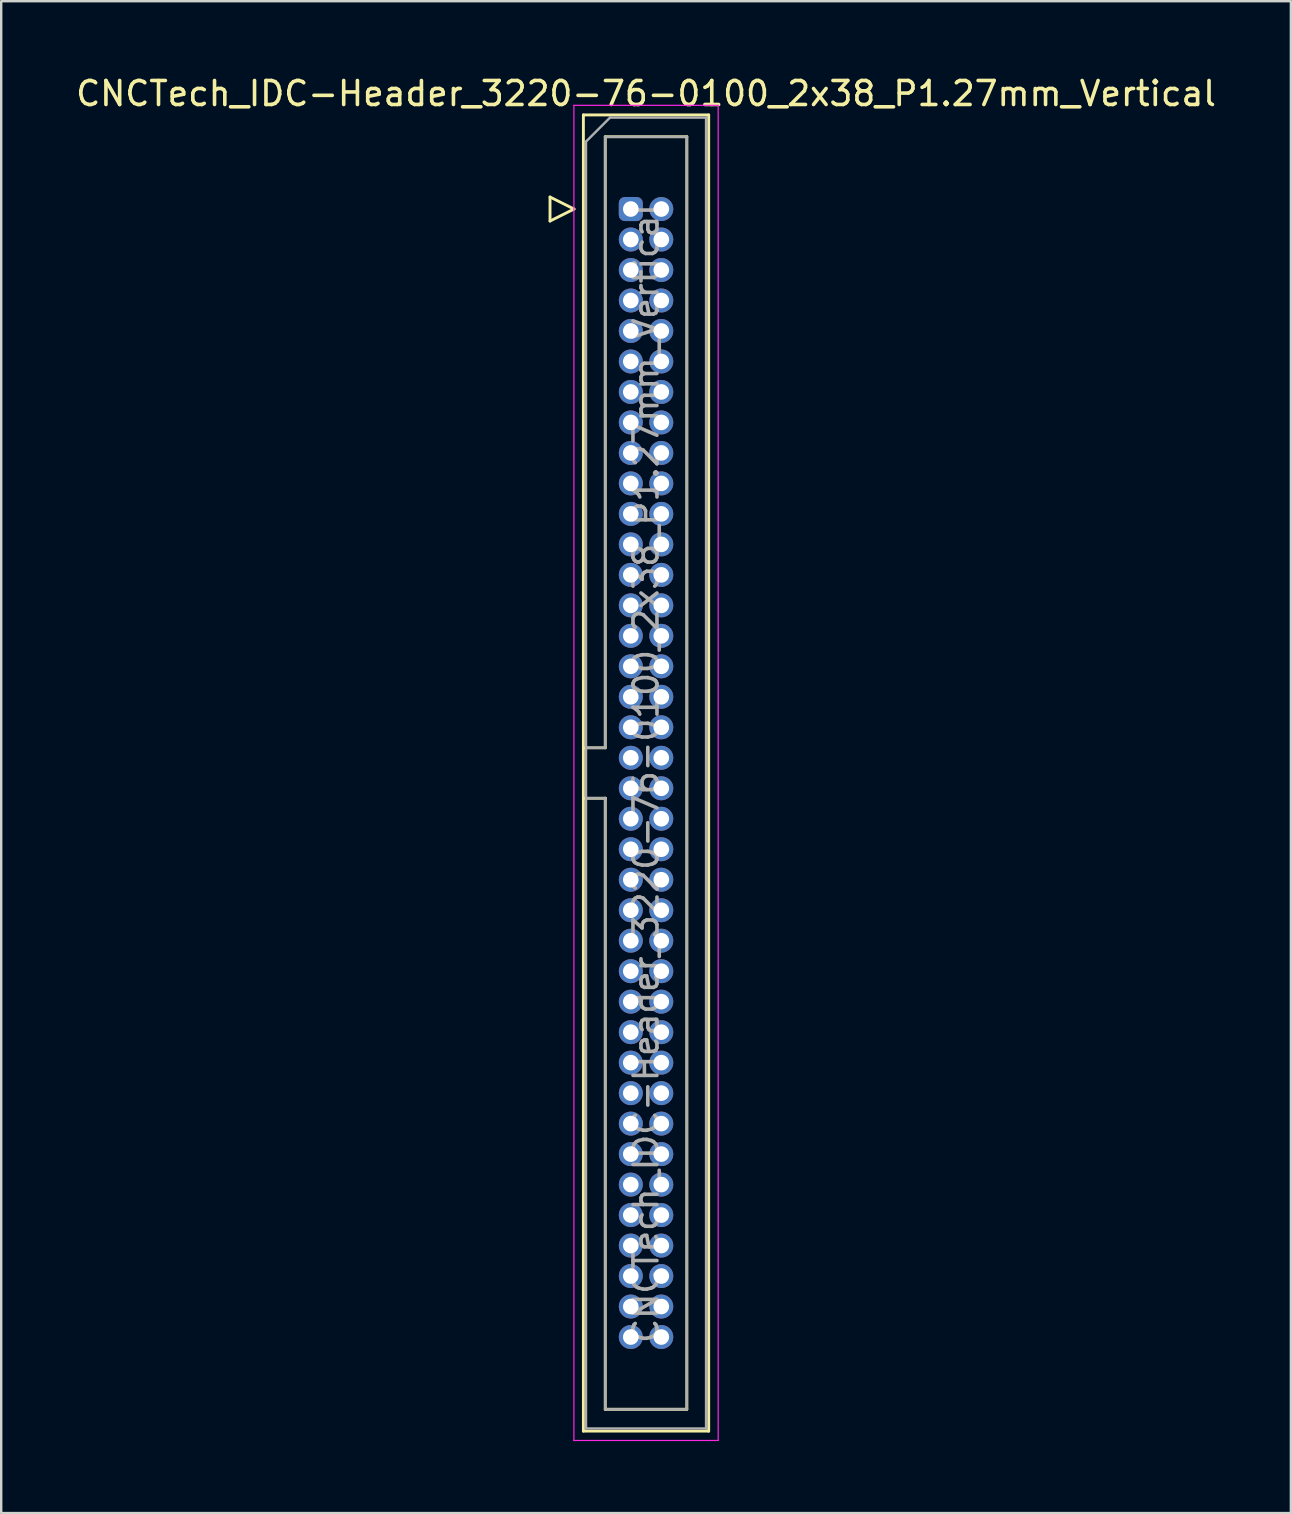
<source format=kicad_pcb>
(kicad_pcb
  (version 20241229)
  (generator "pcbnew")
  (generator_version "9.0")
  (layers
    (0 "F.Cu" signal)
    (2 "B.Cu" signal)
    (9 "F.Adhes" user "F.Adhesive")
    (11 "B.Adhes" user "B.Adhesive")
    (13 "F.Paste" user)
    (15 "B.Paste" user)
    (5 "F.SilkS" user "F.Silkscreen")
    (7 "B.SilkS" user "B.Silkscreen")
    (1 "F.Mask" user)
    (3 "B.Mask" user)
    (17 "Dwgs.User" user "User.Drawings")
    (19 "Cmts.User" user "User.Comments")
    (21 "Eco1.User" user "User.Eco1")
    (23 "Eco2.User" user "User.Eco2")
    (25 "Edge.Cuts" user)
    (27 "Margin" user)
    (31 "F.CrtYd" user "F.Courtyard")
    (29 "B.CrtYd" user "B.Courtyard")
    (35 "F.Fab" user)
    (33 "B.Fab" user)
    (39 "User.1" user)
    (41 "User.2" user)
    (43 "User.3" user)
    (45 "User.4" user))
  (footprint "CNCTech_IDC-Header_3220-76-0100_2x38_P1.27mm_Vertical"
    (layer "F.Cu")
    (at 23.228 5.658)
    (property "Reference" "CNCTech_IDC-Header_3220-76-0100_2x38_P1.27mm_Vertical" (at 0.635 -4.81 0) (layer "F.SilkS") (effects (font (size 1 1) (thickness 0.15))))
    (attr through_hole)
    (fp_line (start -3.365 -0.5) (end -3.365 0.5) (stroke (width 0.12) (type solid)) (layer "F.SilkS"))
    (fp_line (start -3.365 0.5) (end -2.365 0) (stroke (width 0.12) (type solid)) (layer "F.SilkS"))
    (fp_line (start -2.365 0) (end -3.365 -0.5) (stroke (width 0.12) (type solid)) (layer "F.SilkS"))
    (fp_line (start -1.975 -3.92) (end 3.245 -3.92) (stroke (width 0.12) (type solid)) (layer "F.SilkS"))
    (fp_line (start -1.975 22.445) (end -1.065 22.445) (stroke (width 0.12) (type solid)) (layer "F.SilkS"))
    (fp_line (start -1.975 50.91) (end -1.975 -3.92) (stroke (width 0.12) (type solid)) (layer "F.SilkS"))
    (fp_line (start -1.065 -3.01) (end 2.335 -3.01) (stroke (width 0.12) (type solid)) (layer "F.SilkS"))
    (fp_line (start -1.065 22.445) (end -1.065 -3.01) (stroke (width 0.12) (type solid)) (layer "F.SilkS"))
    (fp_line (start -1.065 24.545) (end -1.975 24.545) (stroke (width 0.12) (type solid)) (layer "F.SilkS"))
    (fp_line (start -1.065 24.545) (end -1.065 24.545) (stroke (width 0.12) (type solid)) (layer "F.SilkS"))
    (fp_line (start -1.065 50) (end -1.065 24.545) (stroke (width 0.12) (type solid)) (layer "F.SilkS"))
    (fp_line (start 2.335 -3.01) (end 2.335 50) (stroke (width 0.12) (type solid)) (layer "F.SilkS"))
    (fp_line (start 2.335 50) (end -1.065 50) (stroke (width 0.12) (type solid)) (layer "F.SilkS"))
    (fp_line (start 3.245 -3.92) (end 3.245 50.91) (stroke (width 0.12) (type solid)) (layer "F.SilkS"))
    (fp_line (start 3.245 50.91) (end -1.975 50.91) (stroke (width 0.12) (type solid)) (layer "F.SilkS"))
    (fp_line (start -2.37 -4.32) (end -2.37 51.3) (stroke (width 0.05) (type solid)) (layer "F.CrtYd"))
    (fp_line (start -2.37 51.3) (end 3.64 51.3) (stroke (width 0.05) (type solid)) (layer "F.CrtYd"))
    (fp_line (start 3.64 -4.32) (end -2.37 -4.32) (stroke (width 0.05) (type solid)) (layer "F.CrtYd"))
    (fp_line (start 3.64 51.3) (end 3.64 -4.32) (stroke (width 0.05) (type solid)) (layer "F.CrtYd"))
    (fp_line (start -1.865 -2.81) (end -0.865 -3.81) (stroke (width 0.1) (type solid)) (layer "F.Fab"))
    (fp_line (start -1.865 22.445) (end -1.065 22.445) (stroke (width 0.1) (type solid)) (layer "F.Fab"))
    (fp_line (start -1.865 50.8) (end -1.865 -2.81) (stroke (width 0.1) (type solid)) (layer "F.Fab"))
    (fp_line (start -1.065 -3.01) (end 2.335 -3.01) (stroke (width 0.1) (type solid)) (layer "F.Fab"))
    (fp_line (start -1.065 22.445) (end -1.065 -3.01) (stroke (width 0.1) (type solid)) (layer "F.Fab"))
    (fp_line (start -1.065 24.545) (end -1.865 24.545) (stroke (width 0.1) (type solid)) (layer "F.Fab"))
    (fp_line (start -1.065 24.545) (end -1.065 24.545) (stroke (width 0.1) (type solid)) (layer "F.Fab"))
    (fp_line (start -1.065 50) (end -1.065 24.545) (stroke (width 0.1) (type solid)) (layer "F.Fab"))
    (fp_line (start -0.865 -3.81) (end 3.135 -3.81) (stroke (width 0.1) (type solid)) (layer "F.Fab"))
    (fp_line (start 2.335 -3.01) (end 2.335 50) (stroke (width 0.1) (type solid)) (layer "F.Fab"))
    (fp_line (start 2.335 50) (end -1.065 50) (stroke (width 0.1) (type solid)) (layer "F.Fab"))
    (fp_line (start 3.135 -3.81) (end 3.135 50.8) (stroke (width 0.1) (type solid)) (layer "F.Fab"))
    (fp_line (start 3.135 50.8) (end -1.865 50.8) (stroke (width 0.1) (type solid)) (layer "F.Fab"))
    (fp_text user "${REFERENCE}" (at 0.635 23.495 90) (layer "F.Fab") (effects (font (size 1 1) (thickness 0.15))))
    (pad "1" thru_hole roundrect (at 0 0) (size 1 1) (drill 0.65) (layers "*.Cu" "*.Mask") (roundrect_rratio 0.25))
    (pad "2" thru_hole circle (at 1.27 0) (size 1 1) (drill 0.65) (layers "*.Cu" "*.Mask"))
    (pad "3" thru_hole circle (at 0 1.27) (size 1 1) (drill 0.65) (layers "*.Cu" "*.Mask"))
    (pad "4" thru_hole circle (at 1.27 1.27) (size 1 1) (drill 0.65) (layers "*.Cu" "*.Mask"))
    (pad "5" thru_hole circle (at 0 2.54) (size 1 1) (drill 0.65) (layers "*.Cu" "*.Mask"))
    (pad "6" thru_hole circle (at 1.27 2.54) (size 1 1) (drill 0.65) (layers "*.Cu" "*.Mask"))
    (pad "7" thru_hole circle (at 0 3.81) (size 1 1) (drill 0.65) (layers "*.Cu" "*.Mask"))
    (pad "8" thru_hole circle (at 1.27 3.81) (size 1 1) (drill 0.65) (layers "*.Cu" "*.Mask"))
    (pad "9" thru_hole circle (at 0 5.08) (size 1 1) (drill 0.65) (layers "*.Cu" "*.Mask"))
    (pad "10" thru_hole circle (at 1.27 5.08) (size 1 1) (drill 0.65) (layers "*.Cu" "*.Mask"))
    (pad "11" thru_hole circle (at 0 6.35) (size 1 1) (drill 0.65) (layers "*.Cu" "*.Mask"))
    (pad "12" thru_hole circle (at 1.27 6.35) (size 1 1) (drill 0.65) (layers "*.Cu" "*.Mask"))
    (pad "13" thru_hole circle (at 0 7.62) (size 1 1) (drill 0.65) (layers "*.Cu" "*.Mask"))
    (pad "14" thru_hole circle (at 1.27 7.62) (size 1 1) (drill 0.65) (layers "*.Cu" "*.Mask"))
    (pad "15" thru_hole circle (at 0 8.89) (size 1 1) (drill 0.65) (layers "*.Cu" "*.Mask"))
    (pad "16" thru_hole circle (at 1.27 8.89) (size 1 1) (drill 0.65) (layers "*.Cu" "*.Mask"))
    (pad "17" thru_hole circle (at 0 10.16) (size 1 1) (drill 0.65) (layers "*.Cu" "*.Mask"))
    (pad "18" thru_hole circle (at 1.27 10.16) (size 1 1) (drill 0.65) (layers "*.Cu" "*.Mask"))
    (pad "19" thru_hole circle (at 0 11.43) (size 1 1) (drill 0.65) (layers "*.Cu" "*.Mask"))
    (pad "20" thru_hole circle (at 1.27 11.43) (size 1 1) (drill 0.65) (layers "*.Cu" "*.Mask"))
    (pad "21" thru_hole circle (at 0 12.7) (size 1 1) (drill 0.65) (layers "*.Cu" "*.Mask"))
    (pad "22" thru_hole circle (at 1.27 12.7) (size 1 1) (drill 0.65) (layers "*.Cu" "*.Mask"))
    (pad "23" thru_hole circle (at 0 13.97) (size 1 1) (drill 0.65) (layers "*.Cu" "*.Mask"))
    (pad "24" thru_hole circle (at 1.27 13.97) (size 1 1) (drill 0.65) (layers "*.Cu" "*.Mask"))
    (pad "25" thru_hole circle (at 0 15.24) (size 1 1) (drill 0.65) (layers "*.Cu" "*.Mask"))
    (pad "26" thru_hole circle (at 1.27 15.24) (size 1 1) (drill 0.65) (layers "*.Cu" "*.Mask"))
    (pad "27" thru_hole circle (at 0 16.51) (size 1 1) (drill 0.65) (layers "*.Cu" "*.Mask"))
    (pad "28" thru_hole circle (at 1.27 16.51) (size 1 1) (drill 0.65) (layers "*.Cu" "*.Mask"))
    (pad "29" thru_hole circle (at 0 17.78) (size 1 1) (drill 0.65) (layers "*.Cu" "*.Mask"))
    (pad "30" thru_hole circle (at 1.27 17.78) (size 1 1) (drill 0.65) (layers "*.Cu" "*.Mask"))
    (pad "31" thru_hole circle (at 0 19.05) (size 1 1) (drill 0.65) (layers "*.Cu" "*.Mask"))
    (pad "32" thru_hole circle (at 1.27 19.05) (size 1 1) (drill 0.65) (layers "*.Cu" "*.Mask"))
    (pad "33" thru_hole circle (at 0 20.32) (size 1 1) (drill 0.65) (layers "*.Cu" "*.Mask"))
    (pad "34" thru_hole circle (at 1.27 20.32) (size 1 1) (drill 0.65) (layers "*.Cu" "*.Mask"))
    (pad "35" thru_hole circle (at 0 21.59) (size 1 1) (drill 0.65) (layers "*.Cu" "*.Mask"))
    (pad "36" thru_hole circle (at 1.27 21.59) (size 1 1) (drill 0.65) (layers "*.Cu" "*.Mask"))
    (pad "37" thru_hole circle (at 0 22.86) (size 1 1) (drill 0.65) (layers "*.Cu" "*.Mask"))
    (pad "38" thru_hole circle (at 1.27 22.86) (size 1 1) (drill 0.65) (layers "*.Cu" "*.Mask"))
    (pad "39" thru_hole circle (at 0 24.13) (size 1 1) (drill 0.65) (layers "*.Cu" "*.Mask"))
    (pad "40" thru_hole circle (at 1.27 24.13) (size 1 1) (drill 0.65) (layers "*.Cu" "*.Mask"))
    (pad "41" thru_hole circle (at 0 25.4) (size 1 1) (drill 0.65) (layers "*.Cu" "*.Mask"))
    (pad "42" thru_hole circle (at 1.27 25.4) (size 1 1) (drill 0.65) (layers "*.Cu" "*.Mask"))
    (pad "43" thru_hole circle (at 0 26.67) (size 1 1) (drill 0.65) (layers "*.Cu" "*.Mask"))
    (pad "44" thru_hole circle (at 1.27 26.67) (size 1 1) (drill 0.65) (layers "*.Cu" "*.Mask"))
    (pad "45" thru_hole circle (at 0 27.94) (size 1 1) (drill 0.65) (layers "*.Cu" "*.Mask"))
    (pad "46" thru_hole circle (at 1.27 27.94) (size 1 1) (drill 0.65) (layers "*.Cu" "*.Mask"))
    (pad "47" thru_hole circle (at 0 29.21) (size 1 1) (drill 0.65) (layers "*.Cu" "*.Mask"))
    (pad "48" thru_hole circle (at 1.27 29.21) (size 1 1) (drill 0.65) (layers "*.Cu" "*.Mask"))
    (pad "49" thru_hole circle (at 0 30.48) (size 1 1) (drill 0.65) (layers "*.Cu" "*.Mask"))
    (pad "50" thru_hole circle (at 1.27 30.48) (size 1 1) (drill 0.65) (layers "*.Cu" "*.Mask"))
    (pad "51" thru_hole circle (at 0 31.75) (size 1 1) (drill 0.65) (layers "*.Cu" "*.Mask"))
    (pad "52" thru_hole circle (at 1.27 31.75) (size 1 1) (drill 0.65) (layers "*.Cu" "*.Mask"))
    (pad "53" thru_hole circle (at 0 33.02) (size 1 1) (drill 0.65) (layers "*.Cu" "*.Mask"))
    (pad "54" thru_hole circle (at 1.27 33.02) (size 1 1) (drill 0.65) (layers "*.Cu" "*.Mask"))
    (pad "55" thru_hole circle (at 0 34.29) (size 1 1) (drill 0.65) (layers "*.Cu" "*.Mask"))
    (pad "56" thru_hole circle (at 1.27 34.29) (size 1 1) (drill 0.65) (layers "*.Cu" "*.Mask"))
    (pad "57" thru_hole circle (at 0 35.56) (size 1 1) (drill 0.65) (layers "*.Cu" "*.Mask"))
    (pad "58" thru_hole circle (at 1.27 35.56) (size 1 1) (drill 0.65) (layers "*.Cu" "*.Mask"))
    (pad "59" thru_hole circle (at 0 36.83) (size 1 1) (drill 0.65) (layers "*.Cu" "*.Mask"))
    (pad "60" thru_hole circle (at 1.27 36.83) (size 1 1) (drill 0.65) (layers "*.Cu" "*.Mask"))
    (pad "61" thru_hole circle (at 0 38.1) (size 1 1) (drill 0.65) (layers "*.Cu" "*.Mask"))
    (pad "62" thru_hole circle (at 1.27 38.1) (size 1 1) (drill 0.65) (layers "*.Cu" "*.Mask"))
    (pad "63" thru_hole circle (at 0 39.37) (size 1 1) (drill 0.65) (layers "*.Cu" "*.Mask"))
    (pad "64" thru_hole circle (at 1.27 39.37) (size 1 1) (drill 0.65) (layers "*.Cu" "*.Mask"))
    (pad "65" thru_hole circle (at 0 40.64) (size 1 1) (drill 0.65) (layers "*.Cu" "*.Mask"))
    (pad "66" thru_hole circle (at 1.27 40.64) (size 1 1) (drill 0.65) (layers "*.Cu" "*.Mask"))
    (pad "67" thru_hole circle (at 0 41.91) (size 1 1) (drill 0.65) (layers "*.Cu" "*.Mask"))
    (pad "68" thru_hole circle (at 1.27 41.91) (size 1 1) (drill 0.65) (layers "*.Cu" "*.Mask"))
    (pad "69" thru_hole circle (at 0 43.18) (size 1 1) (drill 0.65) (layers "*.Cu" "*.Mask"))
    (pad "70" thru_hole circle (at 1.27 43.18) (size 1 1) (drill 0.65) (layers "*.Cu" "*.Mask"))
    (pad "71" thru_hole circle (at 0 44.45) (size 1 1) (drill 0.65) (layers "*.Cu" "*.Mask"))
    (pad "72" thru_hole circle (at 1.27 44.45) (size 1 1) (drill 0.65) (layers "*.Cu" "*.Mask"))
    (pad "73" thru_hole circle (at 0 45.72) (size 1 1) (drill 0.65) (layers "*.Cu" "*.Mask"))
    (pad "74" thru_hole circle (at 1.27 45.72) (size 1 1) (drill 0.65) (layers "*.Cu" "*.Mask"))
    (pad "75" thru_hole circle (at 0 46.99) (size 1 1) (drill 0.65) (layers "*.Cu" "*.Mask"))
    (pad "76" thru_hole circle (at 1.27 46.99) (size 1 1) (drill 0.65) (layers "*.Cu" "*.Mask")))
  (gr_rect
    (start -3 -3)
    (end 50.726 59.983)
    (stroke (width 0.1) (type default))
    (fill no)
    (layer "Edge.Cuts")))
</source>
